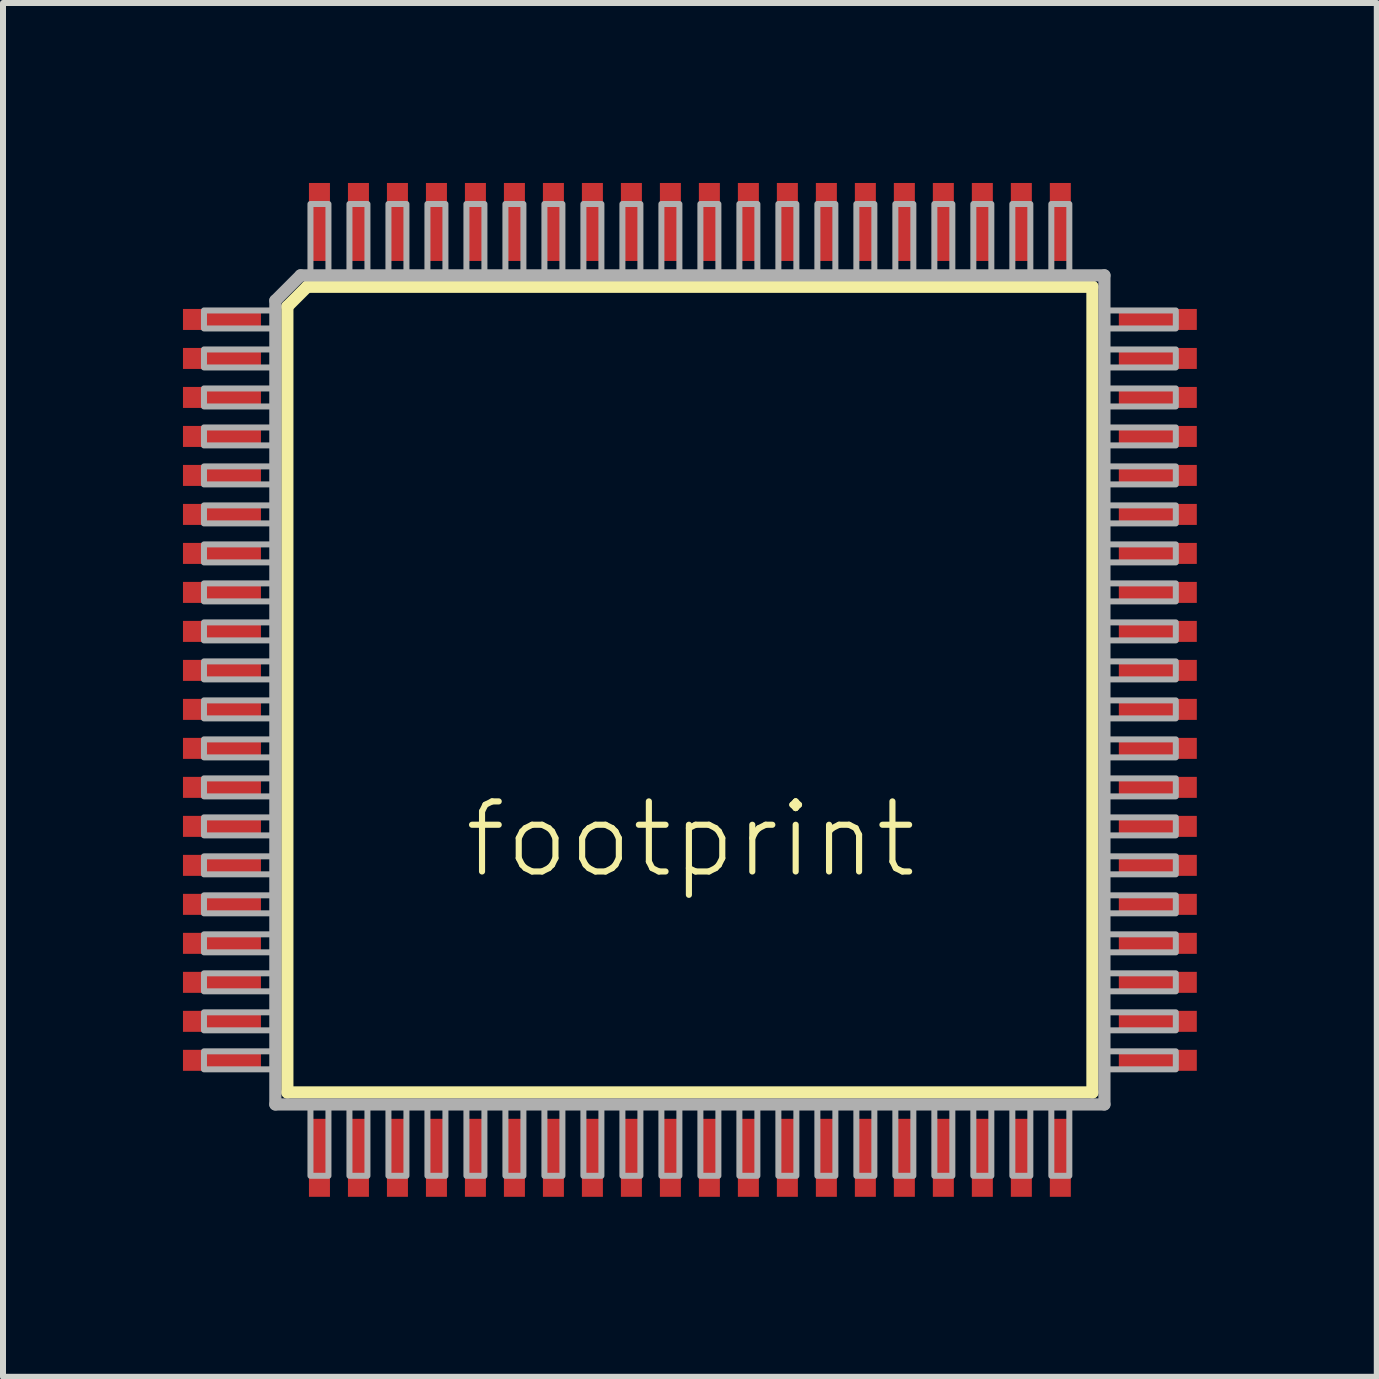
<source format=kicad_pcb>
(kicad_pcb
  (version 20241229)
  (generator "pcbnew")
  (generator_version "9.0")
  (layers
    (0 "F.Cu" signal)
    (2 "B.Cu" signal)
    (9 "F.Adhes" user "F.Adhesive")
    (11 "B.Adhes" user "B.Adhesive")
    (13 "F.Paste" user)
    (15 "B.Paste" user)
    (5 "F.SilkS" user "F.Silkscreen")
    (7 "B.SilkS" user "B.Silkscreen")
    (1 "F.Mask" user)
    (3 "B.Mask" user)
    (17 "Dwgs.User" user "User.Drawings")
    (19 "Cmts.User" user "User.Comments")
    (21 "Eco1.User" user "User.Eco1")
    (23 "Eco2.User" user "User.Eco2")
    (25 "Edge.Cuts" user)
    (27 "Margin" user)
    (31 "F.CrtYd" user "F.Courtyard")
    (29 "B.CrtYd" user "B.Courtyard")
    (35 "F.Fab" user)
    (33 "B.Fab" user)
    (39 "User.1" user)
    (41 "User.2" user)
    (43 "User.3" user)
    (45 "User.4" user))
  (footprint "footprint"
    (layer "F.Cu")
    (at 8.45 8.45)
    (property "Reference" "footprint" (at -3.81 3.175 0) (layer "F.SilkS") (effects (font (size 1.168 1.168) (thickness 0.102)) (justify left bottom)))
    (fp_line (start -6.71 -6.39) (end -6.38 -6.72) (stroke (width 0.203) (type solid)) (layer "F.SilkS"))
    (fp_line (start -6.71 6.71) (end -6.71 -6.39) (stroke (width 0.203) (type solid)) (layer "F.SilkS"))
    (fp_line (start -6.38 -6.72) (end 6.71 -6.72) (stroke (width 0.203) (type solid)) (layer "F.SilkS"))
    (fp_line (start 6.71 -6.72) (end 6.71 6.71) (stroke (width 0.203) (type solid)) (layer "F.SilkS"))
    (fp_line (start 6.71 6.71) (end -6.71 6.71) (stroke (width 0.203) (type solid)) (layer "F.SilkS"))
    (fp_line (start -6.91 -6.49) (end -6.91 6.91) (stroke (width 0.203) (type solid)) (layer "F.Fab"))
    (fp_line (start -6.91 6.91) (end 6.91 6.91) (stroke (width 0.203) (type solid)) (layer "F.Fab"))
    (fp_line (start -6.49 -6.91) (end -6.91 -6.49) (stroke (width 0.203) (type solid)) (layer "F.Fab"))
    (fp_line (start 6.91 -6.91) (end -6.49 -6.91) (stroke (width 0.203) (type solid)) (layer "F.Fab"))
    (fp_line (start 6.91 6.91) (end 6.91 -6.91) (stroke (width 0.203) (type solid)) (layer "F.Fab"))
    (fp_poly (pts (xy -8.1 -6.025) (xy -6.9 -6.025) (xy -6.9 -6.325) (xy -8.1 -6.325)) (stroke (width 0.1) (type solid)) (fill no) (layer "F.Fab"))
    (fp_poly (pts (xy -8.1 -5.375) (xy -6.9 -5.375) (xy -6.9 -5.675) (xy -8.1 -5.675)) (stroke (width 0.1) (type solid)) (fill no) (layer "F.Fab"))
    (fp_poly (pts (xy -8.1 -4.725) (xy -6.9 -4.725) (xy -6.9 -5.025) (xy -8.1 -5.025)) (stroke (width 0.1) (type solid)) (fill no) (layer "F.Fab"))
    (fp_poly (pts (xy -8.1 -4.075) (xy -6.9 -4.075) (xy -6.9 -4.375) (xy -8.1 -4.375)) (stroke (width 0.1) (type solid)) (fill no) (layer "F.Fab"))
    (fp_poly (pts (xy -8.1 -3.425) (xy -6.9 -3.425) (xy -6.9 -3.725) (xy -8.1 -3.725)) (stroke (width 0.1) (type solid)) (fill no) (layer "F.Fab"))
    (fp_poly (pts (xy -8.1 -2.775) (xy -6.9 -2.775) (xy -6.9 -3.075) (xy -8.1 -3.075)) (stroke (width 0.1) (type solid)) (fill no) (layer "F.Fab"))
    (fp_poly (pts (xy -8.1 -2.125) (xy -6.9 -2.125) (xy -6.9 -2.425) (xy -8.1 -2.425)) (stroke (width 0.1) (type solid)) (fill no) (layer "F.Fab"))
    (fp_poly (pts (xy -8.1 -1.475) (xy -6.9 -1.475) (xy -6.9 -1.775) (xy -8.1 -1.775)) (stroke (width 0.1) (type solid)) (fill no) (layer "F.Fab"))
    (fp_poly (pts (xy -8.1 -0.825) (xy -6.9 -0.825) (xy -6.9 -1.125) (xy -8.1 -1.125)) (stroke (width 0.1) (type solid)) (fill no) (layer "F.Fab"))
    (fp_poly (pts (xy -8.1 -0.175) (xy -6.9 -0.175) (xy -6.9 -0.475) (xy -8.1 -0.475)) (stroke (width 0.1) (type solid)) (fill no) (layer "F.Fab"))
    (fp_poly (pts (xy -8.1 0.475) (xy -6.9 0.475) (xy -6.9 0.175) (xy -8.1 0.175)) (stroke (width 0.1) (type solid)) (fill no) (layer "F.Fab"))
    (fp_poly (pts (xy -8.1 1.125) (xy -6.9 1.125) (xy -6.9 0.825) (xy -8.1 0.825)) (stroke (width 0.1) (type solid)) (fill no) (layer "F.Fab"))
    (fp_poly (pts (xy -8.1 1.775) (xy -6.9 1.775) (xy -6.9 1.475) (xy -8.1 1.475)) (stroke (width 0.1) (type solid)) (fill no) (layer "F.Fab"))
    (fp_poly (pts (xy -8.1 2.425) (xy -6.9 2.425) (xy -6.9 2.125) (xy -8.1 2.125)) (stroke (width 0.1) (type solid)) (fill no) (layer "F.Fab"))
    (fp_poly (pts (xy -8.1 3.075) (xy -6.9 3.075) (xy -6.9 2.775) (xy -8.1 2.775)) (stroke (width 0.1) (type solid)) (fill no) (layer "F.Fab"))
    (fp_poly (pts (xy -8.1 3.725) (xy -6.9 3.725) (xy -6.9 3.425) (xy -8.1 3.425)) (stroke (width 0.1) (type solid)) (fill no) (layer "F.Fab"))
    (fp_poly (pts (xy -8.1 4.375) (xy -6.9 4.375) (xy -6.9 4.075) (xy -8.1 4.075)) (stroke (width 0.1) (type solid)) (fill no) (layer "F.Fab"))
    (fp_poly (pts (xy -8.1 5.025) (xy -6.9 5.025) (xy -6.9 4.725) (xy -8.1 4.725)) (stroke (width 0.1) (type solid)) (fill no) (layer "F.Fab"))
    (fp_poly (pts (xy -8.1 5.675) (xy -6.9 5.675) (xy -6.9 5.375) (xy -8.1 5.375)) (stroke (width 0.1) (type solid)) (fill no) (layer "F.Fab"))
    (fp_poly (pts (xy -8.1 6.325) (xy -6.9 6.325) (xy -6.9 6.025) (xy -8.1 6.025)) (stroke (width 0.1) (type solid)) (fill no) (layer "F.Fab"))
    (fp_poly (pts (xy -6.325 -8.1) (xy -6.325 -6.9) (xy -6.025 -6.9) (xy -6.025 -8.1)) (stroke (width 0.1) (type solid)) (fill no) (layer "F.Fab"))
    (fp_poly (pts (xy -6.025 8.1) (xy -6.025 6.9) (xy -6.325 6.9) (xy -6.325 8.1)) (stroke (width 0.1) (type solid)) (fill no) (layer "F.Fab"))
    (fp_poly (pts (xy -5.675 -8.1) (xy -5.675 -6.9) (xy -5.375 -6.9) (xy -5.375 -8.1)) (stroke (width 0.1) (type solid)) (fill no) (layer "F.Fab"))
    (fp_poly (pts (xy -5.375 8.1) (xy -5.375 6.9) (xy -5.675 6.9) (xy -5.675 8.1)) (stroke (width 0.1) (type solid)) (fill no) (layer "F.Fab"))
    (fp_poly (pts (xy -5.025 -8.1) (xy -5.025 -6.9) (xy -4.725 -6.9) (xy -4.725 -8.1)) (stroke (width 0.1) (type solid)) (fill no) (layer "F.Fab"))
    (fp_poly (pts (xy -4.725 8.1) (xy -4.725 6.9) (xy -5.025 6.9) (xy -5.025 8.1)) (stroke (width 0.1) (type solid)) (fill no) (layer "F.Fab"))
    (fp_poly (pts (xy -4.375 -8.1) (xy -4.375 -6.9) (xy -4.075 -6.9) (xy -4.075 -8.1)) (stroke (width 0.1) (type solid)) (fill no) (layer "F.Fab"))
    (fp_poly (pts (xy -4.075 8.1) (xy -4.075 6.9) (xy -4.375 6.9) (xy -4.375 8.1)) (stroke (width 0.1) (type solid)) (fill no) (layer "F.Fab"))
    (fp_poly (pts (xy -3.725 -8.1) (xy -3.725 -6.9) (xy -3.425 -6.9) (xy -3.425 -8.1)) (stroke (width 0.1) (type solid)) (fill no) (layer "F.Fab"))
    (fp_poly (pts (xy -3.425 8.1) (xy -3.425 6.9) (xy -3.725 6.9) (xy -3.725 8.1)) (stroke (width 0.1) (type solid)) (fill no) (layer "F.Fab"))
    (fp_poly (pts (xy -3.075 -8.1) (xy -3.075 -6.9) (xy -2.775 -6.9) (xy -2.775 -8.1)) (stroke (width 0.1) (type solid)) (fill no) (layer "F.Fab"))
    (fp_poly (pts (xy -2.775 8.1) (xy -2.775 6.9) (xy -3.075 6.9) (xy -3.075 8.1)) (stroke (width 0.1) (type solid)) (fill no) (layer "F.Fab"))
    (fp_poly (pts (xy -2.425 -8.1) (xy -2.425 -6.9) (xy -2.125 -6.9) (xy -2.125 -8.1)) (stroke (width 0.1) (type solid)) (fill no) (layer "F.Fab"))
    (fp_poly (pts (xy -2.125 8.1) (xy -2.125 6.9) (xy -2.425 6.9) (xy -2.425 8.1)) (stroke (width 0.1) (type solid)) (fill no) (layer "F.Fab"))
    (fp_poly (pts (xy -1.775 -8.1) (xy -1.775 -6.9) (xy -1.475 -6.9) (xy -1.475 -8.1)) (stroke (width 0.1) (type solid)) (fill no) (layer "F.Fab"))
    (fp_poly (pts (xy -1.475 8.1) (xy -1.475 6.9) (xy -1.775 6.9) (xy -1.775 8.1)) (stroke (width 0.1) (type solid)) (fill no) (layer "F.Fab"))
    (fp_poly (pts (xy -1.125 -8.1) (xy -1.125 -6.9) (xy -0.825 -6.9) (xy -0.825 -8.1)) (stroke (width 0.1) (type solid)) (fill no) (layer "F.Fab"))
    (fp_poly (pts (xy -0.825 8.1) (xy -0.825 6.9) (xy -1.125 6.9) (xy -1.125 8.1)) (stroke (width 0.1) (type solid)) (fill no) (layer "F.Fab"))
    (fp_poly (pts (xy -0.475 -8.1) (xy -0.475 -6.9) (xy -0.175 -6.9) (xy -0.175 -8.1)) (stroke (width 0.1) (type solid)) (fill no) (layer "F.Fab"))
    (fp_poly (pts (xy -0.175 8.1) (xy -0.175 6.9) (xy -0.475 6.9) (xy -0.475 8.1)) (stroke (width 0.1) (type solid)) (fill no) (layer "F.Fab"))
    (fp_poly (pts (xy 0.175 -8.1) (xy 0.175 -6.9) (xy 0.475 -6.9) (xy 0.475 -8.1)) (stroke (width 0.1) (type solid)) (fill no) (layer "F.Fab"))
    (fp_poly (pts (xy 0.475 8.1) (xy 0.475 6.9) (xy 0.175 6.9) (xy 0.175 8.1)) (stroke (width 0.1) (type solid)) (fill no) (layer "F.Fab"))
    (fp_poly (pts (xy 0.825 -8.1) (xy 0.825 -6.9) (xy 1.125 -6.9) (xy 1.125 -8.1)) (stroke (width 0.1) (type solid)) (fill no) (layer "F.Fab"))
    (fp_poly (pts (xy 1.125 8.1) (xy 1.125 6.9) (xy 0.825 6.9) (xy 0.825 8.1)) (stroke (width 0.1) (type solid)) (fill no) (layer "F.Fab"))
    (fp_poly (pts (xy 1.475 -8.1) (xy 1.475 -6.9) (xy 1.775 -6.9) (xy 1.775 -8.1)) (stroke (width 0.1) (type solid)) (fill no) (layer "F.Fab"))
    (fp_poly (pts (xy 1.775 8.1) (xy 1.775 6.9) (xy 1.475 6.9) (xy 1.475 8.1)) (stroke (width 0.1) (type solid)) (fill no) (layer "F.Fab"))
    (fp_poly (pts (xy 2.125 -8.1) (xy 2.125 -6.9) (xy 2.425 -6.9) (xy 2.425 -8.1)) (stroke (width 0.1) (type solid)) (fill no) (layer "F.Fab"))
    (fp_poly (pts (xy 2.425 8.1) (xy 2.425 6.9) (xy 2.125 6.9) (xy 2.125 8.1)) (stroke (width 0.1) (type solid)) (fill no) (layer "F.Fab"))
    (fp_poly (pts (xy 2.775 -8.1) (xy 2.775 -6.9) (xy 3.075 -6.9) (xy 3.075 -8.1)) (stroke (width 0.1) (type solid)) (fill no) (layer "F.Fab"))
    (fp_poly (pts (xy 3.075 8.1) (xy 3.075 6.9) (xy 2.775 6.9) (xy 2.775 8.1)) (stroke (width 0.1) (type solid)) (fill no) (layer "F.Fab"))
    (fp_poly (pts (xy 3.425 -8.1) (xy 3.425 -6.9) (xy 3.725 -6.9) (xy 3.725 -8.1)) (stroke (width 0.1) (type solid)) (fill no) (layer "F.Fab"))
    (fp_poly (pts (xy 3.725 8.1) (xy 3.725 6.9) (xy 3.425 6.9) (xy 3.425 8.1)) (stroke (width 0.1) (type solid)) (fill no) (layer "F.Fab"))
    (fp_poly (pts (xy 4.075 -8.1) (xy 4.075 -6.9) (xy 4.375 -6.9) (xy 4.375 -8.1)) (stroke (width 0.1) (type solid)) (fill no) (layer "F.Fab"))
    (fp_poly (pts (xy 4.375 8.1) (xy 4.375 6.9) (xy 4.075 6.9) (xy 4.075 8.1)) (stroke (width 0.1) (type solid)) (fill no) (layer "F.Fab"))
    (fp_poly (pts (xy 4.725 -8.1) (xy 4.725 -6.9) (xy 5.025 -6.9) (xy 5.025 -8.1)) (stroke (width 0.1) (type solid)) (fill no) (layer "F.Fab"))
    (fp_poly (pts (xy 5.025 8.1) (xy 5.025 6.9) (xy 4.725 6.9) (xy 4.725 8.1)) (stroke (width 0.1) (type solid)) (fill no) (layer "F.Fab"))
    (fp_poly (pts (xy 5.375 -8.1) (xy 5.375 -6.9) (xy 5.675 -6.9) (xy 5.675 -8.1)) (stroke (width 0.1) (type solid)) (fill no) (layer "F.Fab"))
    (fp_poly (pts (xy 5.675 8.1) (xy 5.675 6.9) (xy 5.375 6.9) (xy 5.375 8.1)) (stroke (width 0.1) (type solid)) (fill no) (layer "F.Fab"))
    (fp_poly (pts (xy 6.025 -8.1) (xy 6.025 -6.9) (xy 6.325 -6.9) (xy 6.325 -8.1)) (stroke (width 0.1) (type solid)) (fill no) (layer "F.Fab"))
    (fp_poly (pts (xy 6.325 8.1) (xy 6.325 6.9) (xy 6.025 6.9) (xy 6.025 8.1)) (stroke (width 0.1) (type solid)) (fill no) (layer "F.Fab"))
    (fp_poly (pts (xy 8.1 -6.325) (xy 6.9 -6.325) (xy 6.9 -6.025) (xy 8.1 -6.025)) (stroke (width 0.1) (type solid)) (fill no) (layer "F.Fab"))
    (fp_poly (pts (xy 8.1 -5.675) (xy 6.9 -5.675) (xy 6.9 -5.375) (xy 8.1 -5.375)) (stroke (width 0.1) (type solid)) (fill no) (layer "F.Fab"))
    (fp_poly (pts (xy 8.1 -5.025) (xy 6.9 -5.025) (xy 6.9 -4.725) (xy 8.1 -4.725)) (stroke (width 0.1) (type solid)) (fill no) (layer "F.Fab"))
    (fp_poly (pts (xy 8.1 -4.375) (xy 6.9 -4.375) (xy 6.9 -4.075) (xy 8.1 -4.075)) (stroke (width 0.1) (type solid)) (fill no) (layer "F.Fab"))
    (fp_poly (pts (xy 8.1 -3.725) (xy 6.9 -3.725) (xy 6.9 -3.425) (xy 8.1 -3.425)) (stroke (width 0.1) (type solid)) (fill no) (layer "F.Fab"))
    (fp_poly (pts (xy 8.1 -3.075) (xy 6.9 -3.075) (xy 6.9 -2.775) (xy 8.1 -2.775)) (stroke (width 0.1) (type solid)) (fill no) (layer "F.Fab"))
    (fp_poly (pts (xy 8.1 -2.425) (xy 6.9 -2.425) (xy 6.9 -2.125) (xy 8.1 -2.125)) (stroke (width 0.1) (type solid)) (fill no) (layer "F.Fab"))
    (fp_poly (pts (xy 8.1 -1.775) (xy 6.9 -1.775) (xy 6.9 -1.475) (xy 8.1 -1.475)) (stroke (width 0.1) (type solid)) (fill no) (layer "F.Fab"))
    (fp_poly (pts (xy 8.1 -1.125) (xy 6.9 -1.125) (xy 6.9 -0.825) (xy 8.1 -0.825)) (stroke (width 0.1) (type solid)) (fill no) (layer "F.Fab"))
    (fp_poly (pts (xy 8.1 -0.475) (xy 6.9 -0.475) (xy 6.9 -0.175) (xy 8.1 -0.175)) (stroke (width 0.1) (type solid)) (fill no) (layer "F.Fab"))
    (fp_poly (pts (xy 8.1 0.175) (xy 6.9 0.175) (xy 6.9 0.475) (xy 8.1 0.475)) (stroke (width 0.1) (type solid)) (fill no) (layer "F.Fab"))
    (fp_poly (pts (xy 8.1 0.825) (xy 6.9 0.825) (xy 6.9 1.125) (xy 8.1 1.125)) (stroke (width 0.1) (type solid)) (fill no) (layer "F.Fab"))
    (fp_poly (pts (xy 8.1 1.475) (xy 6.9 1.475) (xy 6.9 1.775) (xy 8.1 1.775)) (stroke (width 0.1) (type solid)) (fill no) (layer "F.Fab"))
    (fp_poly (pts (xy 8.1 2.125) (xy 6.9 2.125) (xy 6.9 2.425) (xy 8.1 2.425)) (stroke (width 0.1) (type solid)) (fill no) (layer "F.Fab"))
    (fp_poly (pts (xy 8.1 2.775) (xy 6.9 2.775) (xy 6.9 3.075) (xy 8.1 3.075)) (stroke (width 0.1) (type solid)) (fill no) (layer "F.Fab"))
    (fp_poly (pts (xy 8.1 3.425) (xy 6.9 3.425) (xy 6.9 3.725) (xy 8.1 3.725)) (stroke (width 0.1) (type solid)) (fill no) (layer "F.Fab"))
    (fp_poly (pts (xy 8.1 4.075) (xy 6.9 4.075) (xy 6.9 4.375) (xy 8.1 4.375)) (stroke (width 0.1) (type solid)) (fill no) (layer "F.Fab"))
    (fp_poly (pts (xy 8.1 4.725) (xy 6.9 4.725) (xy 6.9 5.025) (xy 8.1 5.025)) (stroke (width 0.1) (type solid)) (fill no) (layer "F.Fab"))
    (fp_poly (pts (xy 8.1 5.375) (xy 6.9 5.375) (xy 6.9 5.675) (xy 8.1 5.675)) (stroke (width 0.1) (type solid)) (fill no) (layer "F.Fab"))
    (fp_poly (pts (xy 8.1 6.025) (xy 6.9 6.025) (xy 6.9 6.325) (xy 8.1 6.325)) (stroke (width 0.1) (type solid)) (fill no) (layer "F.Fab"))
    (pad "1" smd rect (at -7.8 -6.175 270) (size 0.35 1.3) (layers "F.Cu" "F.Mask" "F.Paste"))
    (pad "2" smd rect (at -7.8 -5.525 270) (size 0.35 1.3) (layers "F.Cu" "F.Mask" "F.Paste"))
    (pad "3" smd rect (at -7.8 -4.875 270) (size 0.35 1.3) (layers "F.Cu" "F.Mask" "F.Paste"))
    (pad "4" smd rect (at -7.8 -4.225 270) (size 0.35 1.3) (layers "F.Cu" "F.Mask" "F.Paste"))
    (pad "5" smd rect (at -7.8 -3.575 270) (size 0.35 1.3) (layers "F.Cu" "F.Mask" "F.Paste"))
    (pad "6" smd rect (at -7.8 -2.925 270) (size 0.35 1.3) (layers "F.Cu" "F.Mask" "F.Paste"))
    (pad "7" smd rect (at -7.8 -2.275 270) (size 0.35 1.3) (layers "F.Cu" "F.Mask" "F.Paste"))
    (pad "8" smd rect (at -7.8 -1.625 270) (size 0.35 1.3) (layers "F.Cu" "F.Mask" "F.Paste"))
    (pad "9" smd rect (at -7.8 -0.975 270) (size 0.35 1.3) (layers "F.Cu" "F.Mask" "F.Paste"))
    (pad "10" smd rect (at -7.8 -0.325 270) (size 0.35 1.3) (layers "F.Cu" "F.Mask" "F.Paste"))
    (pad "11" smd rect (at -7.8 0.325 270) (size 0.35 1.3) (layers "F.Cu" "F.Mask" "F.Paste"))
    (pad "12" smd rect (at -7.8 0.975 270) (size 0.35 1.3) (layers "F.Cu" "F.Mask" "F.Paste"))
    (pad "13" smd rect (at -7.8 1.625 270) (size 0.35 1.3) (layers "F.Cu" "F.Mask" "F.Paste"))
    (pad "14" smd rect (at -7.8 2.275 270) (size 0.35 1.3) (layers "F.Cu" "F.Mask" "F.Paste"))
    (pad "15" smd rect (at -7.8 2.925 270) (size 0.35 1.3) (layers "F.Cu" "F.Mask" "F.Paste"))
    (pad "16" smd rect (at -7.8 3.575 270) (size 0.35 1.3) (layers "F.Cu" "F.Mask" "F.Paste"))
    (pad "17" smd rect (at -7.8 4.225 270) (size 0.35 1.3) (layers "F.Cu" "F.Mask" "F.Paste"))
    (pad "18" smd rect (at -7.8 4.875 270) (size 0.35 1.3) (layers "F.Cu" "F.Mask" "F.Paste"))
    (pad "19" smd rect (at -7.8 5.525 270) (size 0.35 1.3) (layers "F.Cu" "F.Mask" "F.Paste"))
    (pad "20" smd rect (at -7.8 6.175 270) (size 0.35 1.3) (layers "F.Cu" "F.Mask" "F.Paste"))
    (pad "21" smd rect (at -6.175 7.8 270) (size 1.3 0.35) (layers "F.Cu" "F.Mask" "F.Paste"))
    (pad "22" smd rect (at -5.525 7.8 270) (size 1.3 0.35) (layers "F.Cu" "F.Mask" "F.Paste"))
    (pad "23" smd rect (at -4.875 7.8 270) (size 1.3 0.35) (layers "F.Cu" "F.Mask" "F.Paste"))
    (pad "24" smd rect (at -4.225 7.8 270) (size 1.3 0.35) (layers "F.Cu" "F.Mask" "F.Paste"))
    (pad "25" smd rect (at -3.575 7.8 270) (size 1.3 0.35) (layers "F.Cu" "F.Mask" "F.Paste"))
    (pad "26" smd rect (at -2.925 7.8 270) (size 1.3 0.35) (layers "F.Cu" "F.Mask" "F.Paste"))
    (pad "27" smd rect (at -2.275 7.8 270) (size 1.3 0.35) (layers "F.Cu" "F.Mask" "F.Paste"))
    (pad "28" smd rect (at -1.625 7.8 270) (size 1.3 0.35) (layers "F.Cu" "F.Mask" "F.Paste"))
    (pad "29" smd rect (at -0.975 7.8 270) (size 1.3 0.35) (layers "F.Cu" "F.Mask" "F.Paste"))
    (pad "30" smd rect (at -0.325 7.8 270) (size 1.3 0.35) (layers "F.Cu" "F.Mask" "F.Paste"))
    (pad "31" smd rect (at 0.325 7.8 270) (size 1.3 0.35) (layers "F.Cu" "F.Mask" "F.Paste"))
    (pad "32" smd rect (at 0.975 7.8 270) (size 1.3 0.35) (layers "F.Cu" "F.Mask" "F.Paste"))
    (pad "33" smd rect (at 1.625 7.8 270) (size 1.3 0.35) (layers "F.Cu" "F.Mask" "F.Paste"))
    (pad "34" smd rect (at 2.275 7.8 270) (size 1.3 0.35) (layers "F.Cu" "F.Mask" "F.Paste"))
    (pad "35" smd rect (at 2.925 7.8 270) (size 1.3 0.35) (layers "F.Cu" "F.Mask" "F.Paste"))
    (pad "36" smd rect (at 3.575 7.8 270) (size 1.3 0.35) (layers "F.Cu" "F.Mask" "F.Paste"))
    (pad "37" smd rect (at 4.225 7.8 270) (size 1.3 0.35) (layers "F.Cu" "F.Mask" "F.Paste"))
    (pad "38" smd rect (at 4.875 7.8 270) (size 1.3 0.35) (layers "F.Cu" "F.Mask" "F.Paste"))
    (pad "39" smd rect (at 5.525 7.8 270) (size 1.3 0.35) (layers "F.Cu" "F.Mask" "F.Paste"))
    (pad "40" smd rect (at 6.175 7.8 270) (size 1.3 0.35) (layers "F.Cu" "F.Mask" "F.Paste"))
    (pad "41" smd rect (at 7.8 6.175 270) (size 0.35 1.3) (layers "F.Cu" "F.Mask" "F.Paste"))
    (pad "42" smd rect (at 7.8 5.525 270) (size 0.35 1.3) (layers "F.Cu" "F.Mask" "F.Paste"))
    (pad "43" smd rect (at 7.8 4.875 270) (size 0.35 1.3) (layers "F.Cu" "F.Mask" "F.Paste"))
    (pad "44" smd rect (at 7.8 4.225 270) (size 0.35 1.3) (layers "F.Cu" "F.Mask" "F.Paste"))
    (pad "45" smd rect (at 7.8 3.575 270) (size 0.35 1.3) (layers "F.Cu" "F.Mask" "F.Paste"))
    (pad "46" smd rect (at 7.8 2.925 270) (size 0.35 1.3) (layers "F.Cu" "F.Mask" "F.Paste"))
    (pad "47" smd rect (at 7.8 2.275 270) (size 0.35 1.3) (layers "F.Cu" "F.Mask" "F.Paste"))
    (pad "48" smd rect (at 7.8 1.625 270) (size 0.35 1.3) (layers "F.Cu" "F.Mask" "F.Paste"))
    (pad "49" smd rect (at 7.8 0.975 270) (size 0.35 1.3) (layers "F.Cu" "F.Mask" "F.Paste"))
    (pad "50" smd rect (at 7.8 0.325 270) (size 0.35 1.3) (layers "F.Cu" "F.Mask" "F.Paste"))
    (pad "51" smd rect (at 7.8 -0.325 270) (size 0.35 1.3) (layers "F.Cu" "F.Mask" "F.Paste"))
    (pad "52" smd rect (at 7.8 -0.975 270) (size 0.35 1.3) (layers "F.Cu" "F.Mask" "F.Paste"))
    (pad "53" smd rect (at 7.8 -1.625 270) (size 0.35 1.3) (layers "F.Cu" "F.Mask" "F.Paste"))
    (pad "54" smd rect (at 7.8 -2.275 270) (size 0.35 1.3) (layers "F.Cu" "F.Mask" "F.Paste"))
    (pad "55" smd rect (at 7.8 -2.925 270) (size 0.35 1.3) (layers "F.Cu" "F.Mask" "F.Paste"))
    (pad "56" smd rect (at 7.8 -3.575 270) (size 0.35 1.3) (layers "F.Cu" "F.Mask" "F.Paste"))
    (pad "57" smd rect (at 7.8 -4.225 270) (size 0.35 1.3) (layers "F.Cu" "F.Mask" "F.Paste"))
    (pad "58" smd rect (at 7.8 -4.875 270) (size 0.35 1.3) (layers "F.Cu" "F.Mask" "F.Paste"))
    (pad "59" smd rect (at 7.8 -5.525 270) (size 0.35 1.3) (layers "F.Cu" "F.Mask" "F.Paste"))
    (pad "60" smd rect (at 7.8 -6.175 270) (size 0.35 1.3) (layers "F.Cu" "F.Mask" "F.Paste"))
    (pad "61" smd rect (at 6.175 -7.8 270) (size 1.3 0.35) (layers "F.Cu" "F.Mask" "F.Paste"))
    (pad "62" smd rect (at 5.525 -7.8 270) (size 1.3 0.35) (layers "F.Cu" "F.Mask" "F.Paste"))
    (pad "63" smd rect (at 4.875 -7.8 270) (size 1.3 0.35) (layers "F.Cu" "F.Mask" "F.Paste"))
    (pad "64" smd rect (at 4.225 -7.8 270) (size 1.3 0.35) (layers "F.Cu" "F.Mask" "F.Paste"))
    (pad "65" smd rect (at 3.575 -7.8 270) (size 1.3 0.35) (layers "F.Cu" "F.Mask" "F.Paste"))
    (pad "66" smd rect (at 2.925 -7.8 270) (size 1.3 0.35) (layers "F.Cu" "F.Mask" "F.Paste"))
    (pad "67" smd rect (at 2.275 -7.8 270) (size 1.3 0.35) (layers "F.Cu" "F.Mask" "F.Paste"))
    (pad "68" smd rect (at 1.625 -7.8 270) (size 1.3 0.35) (layers "F.Cu" "F.Mask" "F.Paste"))
    (pad "69" smd rect (at 0.975 -7.8 270) (size 1.3 0.35) (layers "F.Cu" "F.Mask" "F.Paste"))
    (pad "70" smd rect (at 0.325 -7.8 270) (size 1.3 0.35) (layers "F.Cu" "F.Mask" "F.Paste"))
    (pad "71" smd rect (at -0.325 -7.8 270) (size 1.3 0.35) (layers "F.Cu" "F.Mask" "F.Paste"))
    (pad "72" smd rect (at -0.975 -7.8 270) (size 1.3 0.35) (layers "F.Cu" "F.Mask" "F.Paste"))
    (pad "73" smd rect (at -1.625 -7.8 270) (size 1.3 0.35) (layers "F.Cu" "F.Mask" "F.Paste"))
    (pad "74" smd rect (at -2.275 -7.8 270) (size 1.3 0.35) (layers "F.Cu" "F.Mask" "F.Paste"))
    (pad "75" smd rect (at -2.925 -7.8 270) (size 1.3 0.35) (layers "F.Cu" "F.Mask" "F.Paste"))
    (pad "76" smd rect (at -3.575 -7.8 270) (size 1.3 0.35) (layers "F.Cu" "F.Mask" "F.Paste"))
    (pad "77" smd rect (at -4.225 -7.8 270) (size 1.3 0.35) (layers "F.Cu" "F.Mask" "F.Paste"))
    (pad "78" smd rect (at -4.875 -7.8 270) (size 1.3 0.35) (layers "F.Cu" "F.Mask" "F.Paste"))
    (pad "79" smd rect (at -5.525 -7.8 270) (size 1.3 0.35) (layers "F.Cu" "F.Mask" "F.Paste"))
    (pad "80" smd rect (at -6.175 -7.8 270) (size 1.3 0.35) (layers "F.Cu" "F.Mask" "F.Paste")))
  (gr_rect
    (start -3 -3)
    (end 19.9 19.9)
    (stroke (width 0.1) (type default))
    (fill no)
    (layer "Edge.Cuts")))
</source>
